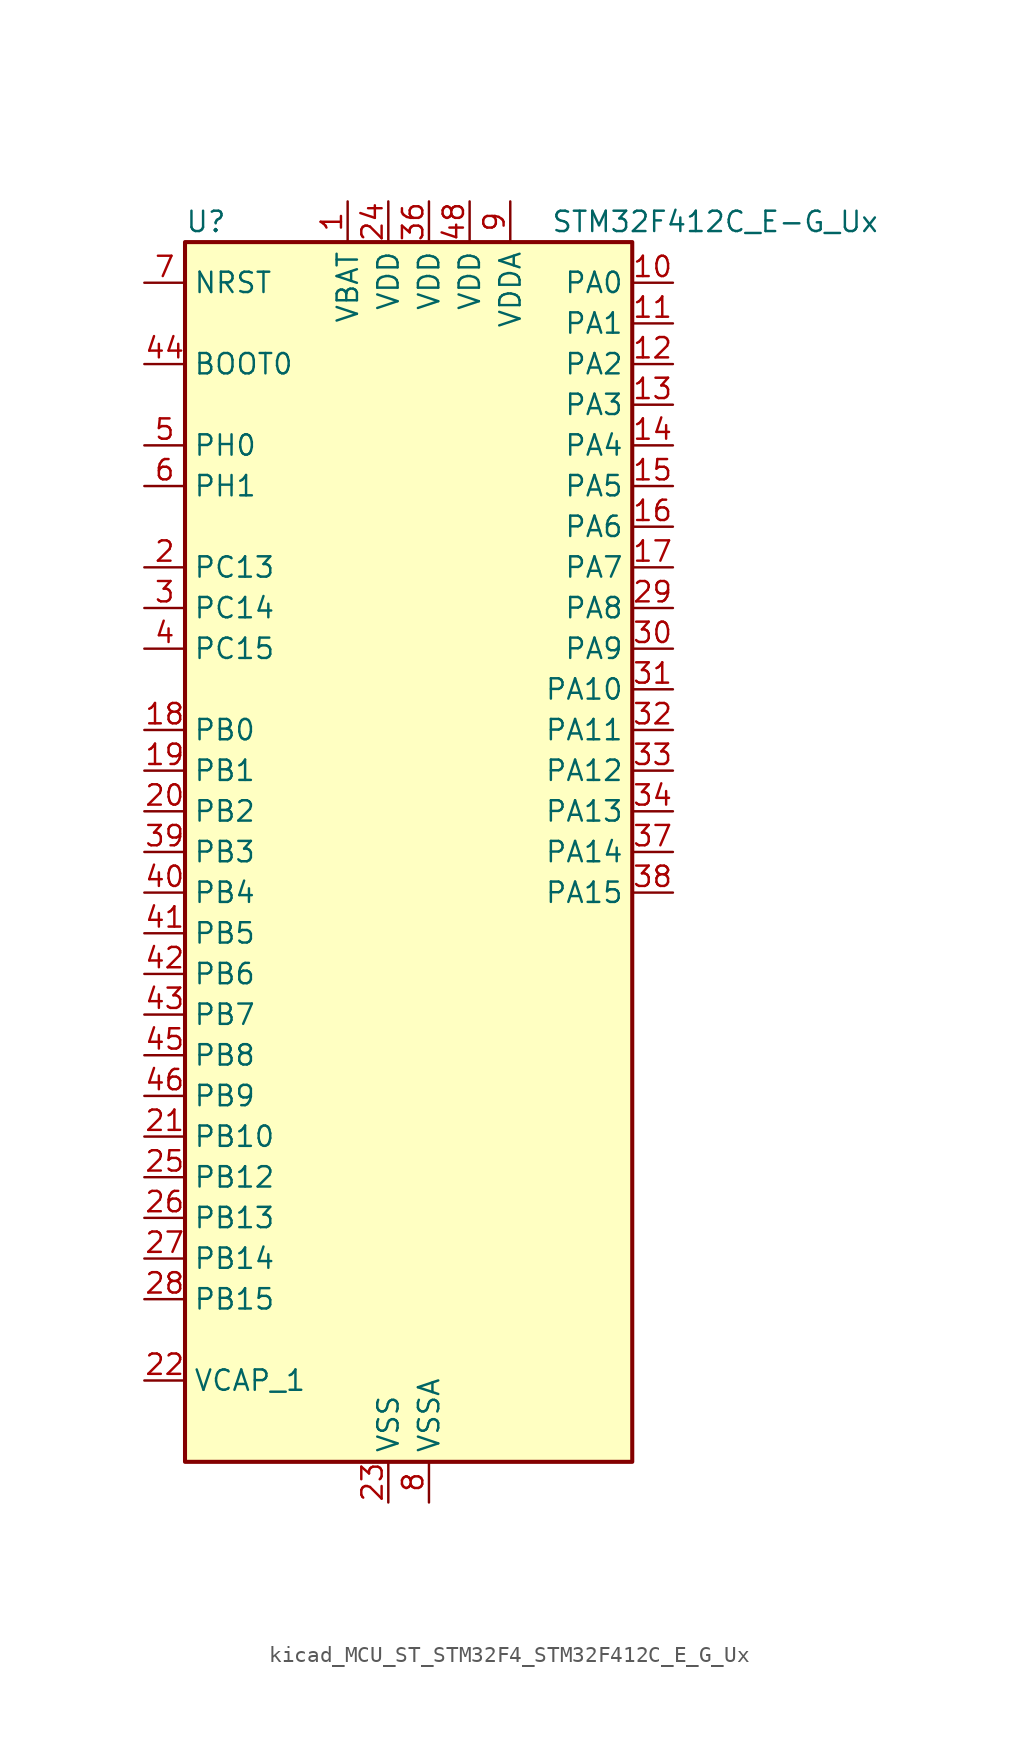
<source format=kicad_sym>
(kicad_symbol_lib
  (version 20220914)
  (generator kicad_symbol_editor)
  (symbol "kicad_MCU_ST_STM32F4_STM32F412C_E_G_Ux"
    (property "Reference" "U"
      (at -12.7 39.37 0)
      (effects (font (size 1.27 1.27)) (justify left)))
    (property "Value" "STM32F412C_E-G_Ux"
      (at 10.16 39.37 0)
      (effects (font (size 1.27 1.27)) (justify left)))
    (property "ki_locked" ""
      (at 0 0 0)
      (effects (font (size 1.27 1.27))))
    (symbol "kicad_MCU_ST_STM32F4_STM32F412C_E_G_Ux_0_1"
      (rectangle (start -12.7 -38.1) (end 15.24 38.1) (stroke (width 0.254) (type default)) (fill (type background))))
    (symbol "kicad_MCU_ST_STM32F4_STM32F412C_E_G_Ux_1_1"
      (pin power_in line (at -2.54 40.64 270) (length 2.54) (name "VBAT" (effects (font (size 1.27 1.27)))) (number "1" (effects (font (size 1.27 1.27)))))
      (pin bidirectional line (at 17.78 35.56 180) (length 2.54) (name "PA0" (effects (font (size 1.27 1.27)))) (number "10" (effects (font (size 1.27 1.27)))) (alternate "ADC1_IN0" bidirectional line) (alternate "SYS_WKUP1" bidirectional line) (alternate "TIM2_CH1" bidirectional line) (alternate "TIM2_ETR" bidirectional line) (alternate "TIM5_CH1" bidirectional line) (alternate "TIM8_ETR" bidirectional line) (alternate "USART2_CTS" bidirectional line))
      (pin bidirectional line (at 17.78 33.02 180) (length 2.54) (name "PA1" (effects (font (size 1.27 1.27)))) (number "11" (effects (font (size 1.27 1.27)))) (alternate "ADC1_IN1" bidirectional line) (alternate "I2S4_SD" bidirectional line) (alternate "SPI4_MOSI" bidirectional line) (alternate "TIM2_CH2" bidirectional line) (alternate "TIM5_CH2" bidirectional line) (alternate "USART2_RTS" bidirectional line))
      (pin bidirectional line (at 17.78 30.48 180) (length 2.54) (name "PA2" (effects (font (size 1.27 1.27)))) (number "12" (effects (font (size 1.27 1.27)))) (alternate "ADC1_IN2" bidirectional line) (alternate "I2S_CKIN" bidirectional line) (alternate "TIM2_CH3" bidirectional line) (alternate "TIM5_CH3" bidirectional line) (alternate "TIM9_CH1" bidirectional line) (alternate "USART2_TX" bidirectional line))
      (pin bidirectional line (at 17.78 27.94 180) (length 2.54) (name "PA3" (effects (font (size 1.27 1.27)))) (number "13" (effects (font (size 1.27 1.27)))) (alternate "ADC1_IN3" bidirectional line) (alternate "I2S2_MCK" bidirectional line) (alternate "TIM2_CH4" bidirectional line) (alternate "TIM5_CH4" bidirectional line) (alternate "TIM9_CH2" bidirectional line) (alternate "USART2_RX" bidirectional line))
      (pin bidirectional line (at 17.78 25.4 180) (length 2.54) (name "PA4" (effects (font (size 1.27 1.27)))) (number "14" (effects (font (size 1.27 1.27)))) (alternate "ADC1_IN4" bidirectional line) (alternate "DFSDM1_DATIN1" bidirectional line) (alternate "I2S1_WS" bidirectional line) (alternate "I2S3_WS" bidirectional line) (alternate "SPI1_NSS" bidirectional line) (alternate "SPI3_NSS" bidirectional line) (alternate "USART2_CK" bidirectional line))
      (pin bidirectional line (at 17.78 22.86 180) (length 2.54) (name "PA5" (effects (font (size 1.27 1.27)))) (number "15" (effects (font (size 1.27 1.27)))) (alternate "ADC1_IN5" bidirectional line) (alternate "DFSDM1_CKIN1" bidirectional line) (alternate "I2S1_CK" bidirectional line) (alternate "SPI1_SCK" bidirectional line) (alternate "TIM2_CH1" bidirectional line) (alternate "TIM2_ETR" bidirectional line) (alternate "TIM8_CH1N" bidirectional line))
      (pin bidirectional line (at 17.78 20.32 180) (length 2.54) (name "PA6" (effects (font (size 1.27 1.27)))) (number "16" (effects (font (size 1.27 1.27)))) (alternate "ADC1_IN6" bidirectional line) (alternate "I2S2_MCK" bidirectional line) (alternate "SDIO_CMD" bidirectional line) (alternate "SPI1_MISO" bidirectional line) (alternate "TIM13_CH1" bidirectional line) (alternate "TIM1_BKIN" bidirectional line) (alternate "TIM3_CH1" bidirectional line) (alternate "TIM8_BKIN" bidirectional line))
      (pin bidirectional line (at 17.78 17.78 180) (length 2.54) (name "PA7" (effects (font (size 1.27 1.27)))) (number "17" (effects (font (size 1.27 1.27)))) (alternate "ADC1_IN7" bidirectional line) (alternate "I2S1_SD" bidirectional line) (alternate "SPI1_MOSI" bidirectional line) (alternate "TIM14_CH1" bidirectional line) (alternate "TIM1_CH1N" bidirectional line) (alternate "TIM3_CH2" bidirectional line) (alternate "TIM8_CH1N" bidirectional line))
      (pin bidirectional line (at -15.24 7.62 0) (length 2.54) (name "PB0" (effects (font (size 1.27 1.27)))) (number "18" (effects (font (size 1.27 1.27)))) (alternate "ADC1_IN8" bidirectional line) (alternate "I2S5_CK" bidirectional line) (alternate "SPI5_SCK" bidirectional line) (alternate "TIM1_CH2N" bidirectional line) (alternate "TIM3_CH3" bidirectional line) (alternate "TIM8_CH2N" bidirectional line))
      (pin bidirectional line (at -15.24 5.08 0) (length 2.54) (name "PB1" (effects (font (size 1.27 1.27)))) (number "19" (effects (font (size 1.27 1.27)))) (alternate "ADC1_IN9" bidirectional line) (alternate "DFSDM1_DATIN0" bidirectional line) (alternate "I2S5_WS" bidirectional line) (alternate "SPI5_NSS" bidirectional line) (alternate "TIM1_CH3N" bidirectional line) (alternate "TIM3_CH4" bidirectional line) (alternate "TIM8_CH3N" bidirectional line))
      (pin bidirectional line (at -15.24 17.78 0) (length 2.54) (name "PC13" (effects (font (size 1.27 1.27)))) (number "2" (effects (font (size 1.27 1.27)))) (alternate "RTC_AF1" bidirectional line))
      (pin bidirectional line (at -15.24 2.54 0) (length 2.54) (name "PB2" (effects (font (size 1.27 1.27)))) (number "20" (effects (font (size 1.27 1.27)))) (alternate "DFSDM1_CKIN0" bidirectional line))
      (pin bidirectional line (at -15.24 -17.78 0) (length 2.54) (name "PB10" (effects (font (size 1.27 1.27)))) (number "21" (effects (font (size 1.27 1.27)))) (alternate "FMPI2C1_SCL" bidirectional line) (alternate "I2C2_SCL" bidirectional line) (alternate "I2S2_CK" bidirectional line) (alternate "I2S3_MCK" bidirectional line) (alternate "SDIO_D7" bidirectional line) (alternate "SPI2_SCK" bidirectional line) (alternate "TIM2_CH3" bidirectional line) (alternate "USART3_TX" bidirectional line))
      (pin power_out line (at -15.24 -33.02 0) (length 2.54) (name "VCAP_1" (effects (font (size 1.27 1.27)))) (number "22" (effects (font (size 1.27 1.27)))))
      (pin power_in line (at 0 -40.64 90) (length 2.54) (name "VSS" (effects (font (size 1.27 1.27)))) (number "23" (effects (font (size 1.27 1.27)))))
      (pin power_in line (at 0 40.64 270) (length 2.54) (name "VDD" (effects (font (size 1.27 1.27)))) (number "24" (effects (font (size 1.27 1.27)))))
      (pin bidirectional line (at -15.24 -20.32 0) (length 2.54) (name "PB12" (effects (font (size 1.27 1.27)))) (number "25" (effects (font (size 1.27 1.27)))) (alternate "CAN2_RX" bidirectional line) (alternate "DFSDM1_DATIN1" bidirectional line) (alternate "I2C2_SMBA" bidirectional line) (alternate "I2S2_WS" bidirectional line) (alternate "I2S3_CK" bidirectional line) (alternate "I2S4_WS" bidirectional line) (alternate "SPI2_NSS" bidirectional line) (alternate "SPI3_SCK" bidirectional line) (alternate "SPI4_NSS" bidirectional line) (alternate "TIM1_BKIN" bidirectional line) (alternate "USART3_CK" bidirectional line))
      (pin bidirectional line (at -15.24 -22.86 0) (length 2.54) (name "PB13" (effects (font (size 1.27 1.27)))) (number "26" (effects (font (size 1.27 1.27)))) (alternate "CAN2_TX" bidirectional line) (alternate "DFSDM1_CKIN1" bidirectional line) (alternate "FMPI2C1_SMBA" bidirectional line) (alternate "I2S2_CK" bidirectional line) (alternate "I2S4_CK" bidirectional line) (alternate "SPI2_SCK" bidirectional line) (alternate "SPI4_SCK" bidirectional line) (alternate "TIM1_CH1N" bidirectional line))
      (pin bidirectional line (at -15.24 -25.4 0) (length 2.54) (name "PB14" (effects (font (size 1.27 1.27)))) (number "27" (effects (font (size 1.27 1.27)))) (alternate "DFSDM1_DATIN2" bidirectional line) (alternate "FMPI2C1_SDA" bidirectional line) (alternate "I2S2_ext_SD" bidirectional line) (alternate "SDIO_D6" bidirectional line) (alternate "SPI2_MISO" bidirectional line) (alternate "TIM12_CH1" bidirectional line) (alternate "TIM1_CH2N" bidirectional line) (alternate "TIM8_CH2N" bidirectional line))
      (pin bidirectional line (at -15.24 -27.94 0) (length 2.54) (name "PB15" (effects (font (size 1.27 1.27)))) (number "28" (effects (font (size 1.27 1.27)))) (alternate "ADC1_EXTI15" bidirectional line) (alternate "DFSDM1_CKIN2" bidirectional line) (alternate "FMPI2C1_SCL" bidirectional line) (alternate "I2S2_SD" bidirectional line) (alternate "RTC_REFIN" bidirectional line) (alternate "SDIO_CK" bidirectional line) (alternate "SPI2_MOSI" bidirectional line) (alternate "TIM12_CH2" bidirectional line) (alternate "TIM1_CH3N" bidirectional line) (alternate "TIM8_CH3N" bidirectional line))
      (pin bidirectional line (at 17.78 15.24 180) (length 2.54) (name "PA8" (effects (font (size 1.27 1.27)))) (number "29" (effects (font (size 1.27 1.27)))) (alternate "I2C3_SCL" bidirectional line) (alternate "RCC_MCO_1" bidirectional line) (alternate "SDIO_D1" bidirectional line) (alternate "TIM1_CH1" bidirectional line) (alternate "USART1_CK" bidirectional line) (alternate "USB_OTG_FS_SOF" bidirectional line))
      (pin bidirectional line (at -15.24 15.24 0) (length 2.54) (name "PC14" (effects (font (size 1.27 1.27)))) (number "3" (effects (font (size 1.27 1.27)))) (alternate "RCC_OSC32_IN" bidirectional line))
      (pin bidirectional line (at 17.78 12.7 180) (length 2.54) (name "PA9" (effects (font (size 1.27 1.27)))) (number "30" (effects (font (size 1.27 1.27)))) (alternate "I2C3_SMBA" bidirectional line) (alternate "SDIO_D2" bidirectional line) (alternate "TIM1_CH2" bidirectional line) (alternate "USART1_TX" bidirectional line) (alternate "USB_OTG_FS_VBUS" bidirectional line))
      (pin bidirectional line (at 17.78 10.16 180) (length 2.54) (name "PA10" (effects (font (size 1.27 1.27)))) (number "31" (effects (font (size 1.27 1.27)))) (alternate "I2S5_SD" bidirectional line) (alternate "SPI5_MOSI" bidirectional line) (alternate "TIM1_CH3" bidirectional line) (alternate "USART1_RX" bidirectional line) (alternate "USB_OTG_FS_ID" bidirectional line))
      (pin bidirectional line (at 17.78 7.62 180) (length 2.54) (name "PA11" (effects (font (size 1.27 1.27)))) (number "32" (effects (font (size 1.27 1.27)))) (alternate "ADC1_EXTI11" bidirectional line) (alternate "CAN1_RX" bidirectional line) (alternate "SPI4_MISO" bidirectional line) (alternate "TIM1_CH4" bidirectional line) (alternate "USART1_CTS" bidirectional line) (alternate "USART6_TX" bidirectional line) (alternate "USB_OTG_FS_DM" bidirectional line))
      (pin bidirectional line (at 17.78 5.08 180) (length 2.54) (name "PA12" (effects (font (size 1.27 1.27)))) (number "33" (effects (font (size 1.27 1.27)))) (alternate "CAN1_TX" bidirectional line) (alternate "SPI5_MISO" bidirectional line) (alternate "TIM1_ETR" bidirectional line) (alternate "USART1_RTS" bidirectional line) (alternate "USART6_RX" bidirectional line) (alternate "USB_OTG_FS_DP" bidirectional line))
      (pin bidirectional line (at 17.78 2.54 180) (length 2.54) (name "PA13" (effects (font (size 1.27 1.27)))) (number "34" (effects (font (size 1.27 1.27)))) (alternate "SYS_JTMS-SWDIO" bidirectional line))
      (pin passive line (at 0 -40.64 90) (length 2.54) hide (name "VSS" (effects (font (size 1.27 1.27)))) (number "35" (effects (font (size 1.27 1.27)))))
      (pin power_in line (at 2.54 40.64 270) (length 2.54) (name "VDD" (effects (font (size 1.27 1.27)))) (number "36" (effects (font (size 1.27 1.27)))))
      (pin bidirectional line (at 17.78 0 180) (length 2.54) (name "PA14" (effects (font (size 1.27 1.27)))) (number "37" (effects (font (size 1.27 1.27)))) (alternate "SYS_JTCK-SWCLK" bidirectional line))
      (pin bidirectional line (at 17.78 -2.54 180) (length 2.54) (name "PA15" (effects (font (size 1.27 1.27)))) (number "38" (effects (font (size 1.27 1.27)))) (alternate "ADC1_EXTI15" bidirectional line) (alternate "I2S1_WS" bidirectional line) (alternate "I2S3_WS" bidirectional line) (alternate "SPI1_NSS" bidirectional line) (alternate "SPI3_NSS" bidirectional line) (alternate "SYS_JTDI" bidirectional line) (alternate "TIM2_CH1" bidirectional line) (alternate "TIM2_ETR" bidirectional line) (alternate "USART1_TX" bidirectional line))
      (pin bidirectional line (at -15.24 0 0) (length 2.54) (name "PB3" (effects (font (size 1.27 1.27)))) (number "39" (effects (font (size 1.27 1.27)))) (alternate "FMPI2C1_SDA" bidirectional line) (alternate "I2C2_SDA" bidirectional line) (alternate "I2S1_CK" bidirectional line) (alternate "I2S3_CK" bidirectional line) (alternate "SPI1_SCK" bidirectional line) (alternate "SPI3_SCK" bidirectional line) (alternate "SYS_JTDO-SWO" bidirectional line) (alternate "TIM2_CH2" bidirectional line) (alternate "USART1_RX" bidirectional line))
      (pin bidirectional line (at -15.24 12.7 0) (length 2.54) (name "PC15" (effects (font (size 1.27 1.27)))) (number "4" (effects (font (size 1.27 1.27)))) (alternate "ADC1_EXTI15" bidirectional line) (alternate "RCC_OSC32_OUT" bidirectional line))
      (pin bidirectional line (at -15.24 -2.54 0) (length 2.54) (name "PB4" (effects (font (size 1.27 1.27)))) (number "40" (effects (font (size 1.27 1.27)))) (alternate "I2C3_SDA" bidirectional line) (alternate "I2S3_ext_SD" bidirectional line) (alternate "SDIO_D0" bidirectional line) (alternate "SPI1_MISO" bidirectional line) (alternate "SPI3_MISO" bidirectional line) (alternate "SYS_JTRST" bidirectional line) (alternate "TIM3_CH1" bidirectional line))
      (pin bidirectional line (at -15.24 -5.08 0) (length 2.54) (name "PB5" (effects (font (size 1.27 1.27)))) (number "41" (effects (font (size 1.27 1.27)))) (alternate "CAN2_RX" bidirectional line) (alternate "I2C1_SMBA" bidirectional line) (alternate "I2S1_SD" bidirectional line) (alternate "I2S3_SD" bidirectional line) (alternate "SDIO_D3" bidirectional line) (alternate "SPI1_MOSI" bidirectional line) (alternate "SPI3_MOSI" bidirectional line) (alternate "TIM3_CH2" bidirectional line))
      (pin bidirectional line (at -15.24 -7.62 0) (length 2.54) (name "PB6" (effects (font (size 1.27 1.27)))) (number "42" (effects (font (size 1.27 1.27)))) (alternate "CAN2_TX" bidirectional line) (alternate "I2C1_SCL" bidirectional line) (alternate "SDIO_D0" bidirectional line) (alternate "TIM4_CH1" bidirectional line) (alternate "USART1_TX" bidirectional line))
      (pin bidirectional line (at -15.24 -10.16 0) (length 2.54) (name "PB7" (effects (font (size 1.27 1.27)))) (number "43" (effects (font (size 1.27 1.27)))) (alternate "I2C1_SDA" bidirectional line) (alternate "TIM4_CH2" bidirectional line) (alternate "USART1_RX" bidirectional line))
      (pin input line (at -15.24 30.48 0) (length 2.54) (name "BOOT0" (effects (font (size 1.27 1.27)))) (number "44" (effects (font (size 1.27 1.27)))))
      (pin bidirectional line (at -15.24 -12.7 0) (length 2.54) (name "PB8" (effects (font (size 1.27 1.27)))) (number "45" (effects (font (size 1.27 1.27)))) (alternate "CAN1_RX" bidirectional line) (alternate "I2C1_SCL" bidirectional line) (alternate "I2C3_SDA" bidirectional line) (alternate "I2S5_SD" bidirectional line) (alternate "SDIO_D4" bidirectional line) (alternate "SPI5_MOSI" bidirectional line) (alternate "TIM10_CH1" bidirectional line) (alternate "TIM4_CH3" bidirectional line))
      (pin bidirectional line (at -15.24 -15.24 0) (length 2.54) (name "PB9" (effects (font (size 1.27 1.27)))) (number "46" (effects (font (size 1.27 1.27)))) (alternate "CAN1_TX" bidirectional line) (alternate "I2C1_SDA" bidirectional line) (alternate "I2C2_SDA" bidirectional line) (alternate "I2S2_WS" bidirectional line) (alternate "SDIO_D5" bidirectional line) (alternate "SPI2_NSS" bidirectional line) (alternate "TIM11_CH1" bidirectional line) (alternate "TIM4_CH4" bidirectional line))
      (pin passive line (at 0 -40.64 90) (length 2.54) hide (name "VSS" (effects (font (size 1.27 1.27)))) (number "47" (effects (font (size 1.27 1.27)))))
      (pin power_in line (at 5.08 40.64 270) (length 2.54) (name "VDD" (effects (font (size 1.27 1.27)))) (number "48" (effects (font (size 1.27 1.27)))))
      (pin passive line (at 0 -40.64 90) (length 2.54) hide (name "VSS" (effects (font (size 1.27 1.27)))) (number "49" (effects (font (size 1.27 1.27)))))
      (pin bidirectional line (at -15.24 25.4 0) (length 2.54) (name "PH0" (effects (font (size 1.27 1.27)))) (number "5" (effects (font (size 1.27 1.27)))) (alternate "RCC_OSC_IN" bidirectional line))
      (pin bidirectional line (at -15.24 22.86 0) (length 2.54) (name "PH1" (effects (font (size 1.27 1.27)))) (number "6" (effects (font (size 1.27 1.27)))) (alternate "RCC_OSC_OUT" bidirectional line))
      (pin input line (at -15.24 35.56 0) (length 2.54) (name "NRST" (effects (font (size 1.27 1.27)))) (number "7" (effects (font (size 1.27 1.27)))))
      (pin power_in line (at 2.54 -40.64 90) (length 2.54) (name "VSSA" (effects (font (size 1.27 1.27)))) (number "8" (effects (font (size 1.27 1.27)))))
      (pin power_in line (at 7.62 40.64 270) (length 2.54) (name "VDDA" (effects (font (size 1.27 1.27)))) (number "9" (effects (font (size 1.27 1.27))))))))
</source>
